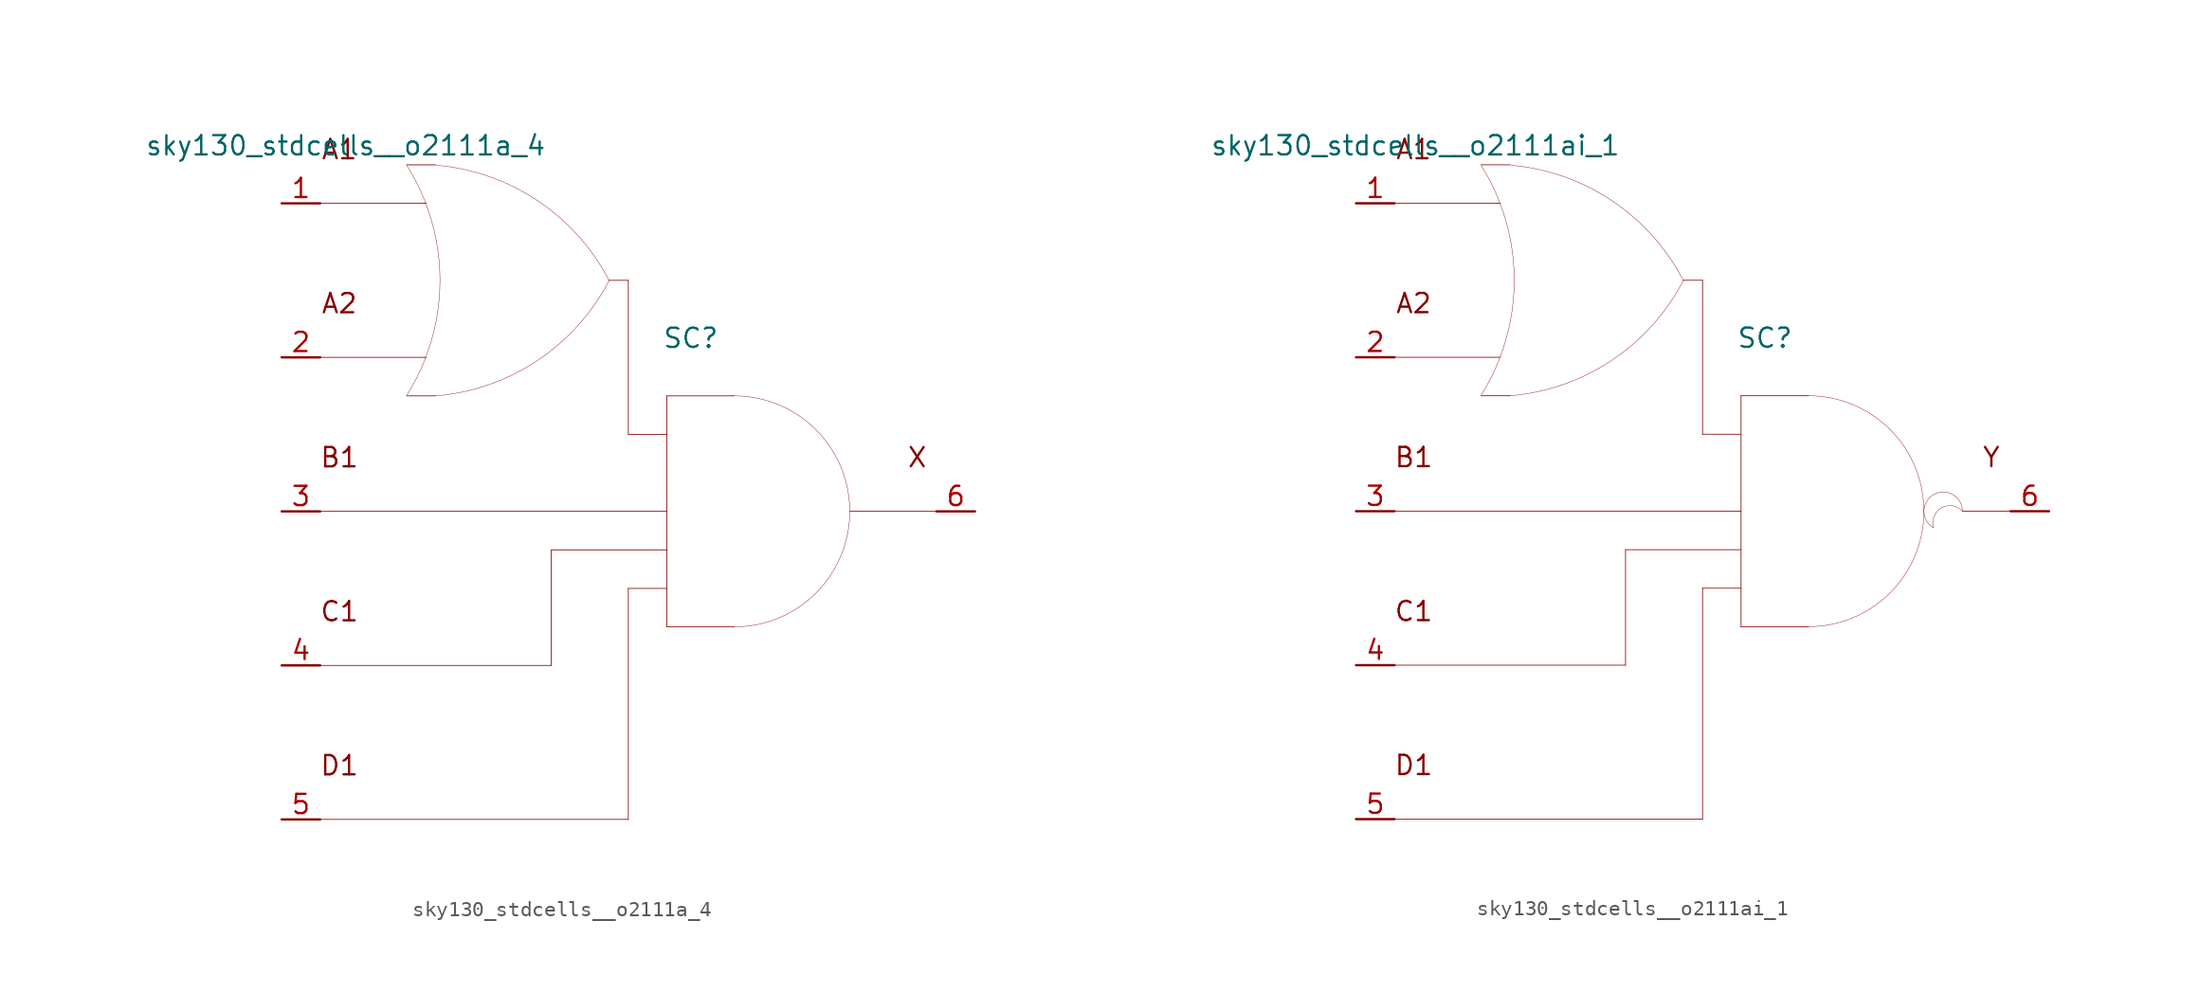
<source format=kicad_sym>
(kicad_symbol_lib
  (version 20211014)
  (generator kicad_symbol_editor)
  (symbol "sky130_stdcells__o2111a_4"
    (pin_names hide)
    (property "Reference" "SC"
      (at 4.115 11.43 0)
      (effects (font (size 1.27 1.27))))
    (property "Value" "sky130_stdcells__o2111a_4"
      (at -5.385 24.13 0)
      (effects (font (size 1.27 1.27)) (justify right)))
    (symbol "sky130_stdcells__o2111a_4_0_0"
      (arc (start -14.6255 7.6258) (mid -13.968 8.782) (end -13.4212 9.9944) (stroke (width 0.0254) (type default) (color 0 0 0 0)) (fill (type none)))
      (arc (start -13.4212 9.9944) (mid -12.9863 11.2645) (end -12.673 12.5699) (stroke (width 0.0254) (type default) (color 0 0 0 0)) (fill (type none)))
      (arc (start -13.403 20.4393) (mid -13.9512 21.6648) (end -14.6123 22.8332) (stroke (width 0.0254) (type default) (color 0 0 0 0)) (fill (type none)))
      (arc (start -12.705 7.6169) (mid -6.011 9.9414) (end -1.2741 15.2116) (stroke (width 0.0254) (type default) (color 0 0 0 0)) (fill (type none)))
      (arc (start -12.673 12.5699) (mid -12.4838 13.899) (end -12.4206 15.24) (stroke (width 0.0254) (type default) (color 0 0 0 0)) (fill (type none)))
      (arc (start -12.6684 17.8856) (mid -12.9761 19.1796) (end -13.403 20.4393) (stroke (width 0.0254) (type default) (color 0 0 0 0)) (fill (type none)))
      (arc (start -12.4206 15.24) (mid -12.4827 16.5686) (end -12.6684 17.8856) (stroke (width 0.0254) (type default) (color 0 0 0 0)) (fill (type none)))
      (arc (start -1.2513 15.199) (mid -5.9698 20.4856) (end -12.6556 22.8335) (stroke (width 0.0254) (type default) (color 0 0 0 0)) (fill (type none)))
      (polyline (pts (xy -20.32 -20.32) (xy 0 -20.32)) (stroke (width 0.051) (type default) (color 0 0 0 0)) (fill (type none)))
      (polyline (pts (xy -20.32 -10.16) (xy -5.08 -10.16)) (stroke (width 0.051) (type default) (color 0 0 0 0)) (fill (type none)))
      (polyline (pts (xy -20.32 0) (xy 2.54 0)) (stroke (width 0.051) (type default) (color 0 0 0 0)) (fill (type none)))
      (polyline (pts (xy -20.32 10.16) (xy -13.335 10.16)) (stroke (width 0.051) (type default) (color 0 0 0 0)) (fill (type none)))
      (polyline (pts (xy -20.32 20.32) (xy -13.335 20.32)) (stroke (width 0.051) (type default) (color 0 0 0 0)) (fill (type none)))
      (polyline (pts (xy -14.605 7.62) (xy -12.7 7.62)) (stroke (width 0.051) (type default) (color 0 0 0 0)) (fill (type none)))
      (polyline (pts (xy -14.605 22.86) (xy -12.7 22.86)) (stroke (width 0.051) (type default) (color 0 0 0 0)) (fill (type none)))
      (polyline (pts (xy -5.08 -2.54) (xy -5.08 -10.16)) (stroke (width 0.051) (type default) (color 0 0 0 0)) (fill (type none)))
      (polyline (pts (xy -5.08 -2.54) (xy 2.54 -2.54)) (stroke (width 0.051) (type default) (color 0 0 0 0)) (fill (type none)))
      (polyline (pts (xy -1.27 15.24) (xy 0 15.24)) (stroke (width 0.051) (type default) (color 0 0 0 0)) (fill (type none)))
      (polyline (pts (xy 0 -5.08) (xy 0 -20.32)) (stroke (width 0.051) (type default) (color 0 0 0 0)) (fill (type none)))
      (polyline (pts (xy 0 -5.08) (xy 2.54 -5.08)) (stroke (width 0.051) (type default) (color 0 0 0 0)) (fill (type none)))
      (polyline (pts (xy 0 5.08) (xy 2.54 5.08)) (stroke (width 0.051) (type default) (color 0 0 0 0)) (fill (type none)))
      (polyline (pts (xy 0 15.24) (xy 0 5.08)) (stroke (width 0.051) (type default) (color 0 0 0 0)) (fill (type none)))
      (polyline (pts (xy 2.54 -7.62) (xy 6.985 -7.62)) (stroke (width 0.051) (type default) (color 0 0 0 0)) (fill (type none)))
      (polyline (pts (xy 2.54 7.62) (xy 2.54 -7.62)) (stroke (width 0.051) (type default) (color 0 0 0 0)) (fill (type none)))
      (polyline (pts (xy 2.54 7.62) (xy 6.985 7.62)) (stroke (width 0.051) (type default) (color 0 0 0 0)) (fill (type none)))
      (polyline (pts (xy 14.605 0) (xy 20.32 0)) (stroke (width 0.051) (type default) (color 0 0 0 0)) (fill (type none)))
      (arc (start 6.985 -7.62) (mid 8.9572 -7.3604) (end 10.795 -6.5991) (stroke (width 0.0254) (type default) (color 0 0 0 0)) (fill (type none)))
      (arc (start 10.795 -6.5991) (mid 12.3731 -5.3881) (end 13.5841 -3.81) (stroke (width 0.0254) (type default) (color 0 0 0 0)) (fill (type none)))
      (arc (start 10.795 6.5991) (mid 8.9572 7.3603) (end 6.985 7.62) (stroke (width 0.0254) (type default) (color 0 0 0 0)) (fill (type none)))
      (arc (start 13.5841 -3.81) (mid 14.3453 -1.9722) (end 14.605 0) (stroke (width 0.0254) (type default) (color 0 0 0 0)) (fill (type none)))
      (arc (start 13.5841 3.81) (mid 12.3731 5.3881) (end 10.795 6.5991) (stroke (width 0.0254) (type default) (color 0 0 0 0)) (fill (type none)))
      (arc (start 14.605 0) (mid 14.3454 1.9722) (end 13.5841 3.81) (stroke (width 0.0254) (type default) (color 0 0 0 0)) (fill (type none)))
      (text "A1" (at -19.05 23.876 0) (effects (font (size 1.27 1.27))))
      (text "A2" (at -19.05 13.716 0) (effects (font (size 1.27 1.27))))
      (text "B1" (at -19.05 3.556 0) (effects (font (size 1.27 1.27))))
      (text "C1" (at -19.05 -6.604 0) (effects (font (size 1.27 1.27))))
      (text "D1" (at -19.05 -16.764 0) (effects (font (size 1.27 1.27))))
      (text "X" (at 19.05 3.556 0) (effects (font (size 1.27 1.27)))))
    (symbol "sky130_stdcells__o2111a_4_1_1"
      (pin input line (at -22.86 20.32 0) (length 2.54) (name "A1" (effects (font (size 1.092 1.092)))) (number "1" (effects (font (size 1.27 1.27)))))
      (pin input line (at -22.86 10.16 0) (length 2.54) (name "A2" (effects (font (size 1.092 1.092)))) (number "2" (effects (font (size 1.27 1.27)))))
      (pin input line (at -22.86 0 0) (length 2.54) (name "B1" (effects (font (size 1.092 1.092)))) (number "3" (effects (font (size 1.27 1.27)))))
      (pin input line (at -22.86 -10.16 0) (length 2.54) (name "C1" (effects (font (size 1.092 1.092)))) (number "4" (effects (font (size 1.27 1.27)))))
      (pin input line (at -22.86 -20.32 0) (length 2.54) (name "D1" (effects (font (size 1.092 1.092)))) (number "5" (effects (font (size 1.27 1.27)))))
      (pin output line (at 22.86 0 180) (length 2.54) (name "X" (effects (font (size 1.092 1.092)))) (number "6" (effects (font (size 1.27 1.27)))))))
  (symbol "sky130_stdcells__o2111ai_1"
    (pin_names hide)
    (property "Reference" "SC"
      (at 4.115 11.43 0)
      (effects (font (size 1.27 1.27))))
    (property "Value" "sky130_stdcells__o2111ai_1"
      (at -5.385 24.13 0)
      (effects (font (size 1.27 1.27)) (justify right)))
    (symbol "sky130_stdcells__o2111ai_1_0_0"
      (arc (start -14.6255 7.6258) (mid -13.968 8.782) (end -13.4212 9.9944) (stroke (width 0.0254) (type default) (color 0 0 0 0)) (fill (type none)))
      (arc (start -13.4212 9.9944) (mid -12.9863 11.2645) (end -12.673 12.5699) (stroke (width 0.0254) (type default) (color 0 0 0 0)) (fill (type none)))
      (arc (start -13.403 20.4393) (mid -13.9512 21.6648) (end -14.6123 22.8332) (stroke (width 0.0254) (type default) (color 0 0 0 0)) (fill (type none)))
      (arc (start -12.705 7.6169) (mid -6.011 9.9414) (end -1.2741 15.2116) (stroke (width 0.0254) (type default) (color 0 0 0 0)) (fill (type none)))
      (arc (start -12.673 12.5699) (mid -12.4838 13.899) (end -12.4206 15.24) (stroke (width 0.0254) (type default) (color 0 0 0 0)) (fill (type none)))
      (arc (start -12.6684 17.8856) (mid -12.9761 19.1796) (end -13.403 20.4393) (stroke (width 0.0254) (type default) (color 0 0 0 0)) (fill (type none)))
      (arc (start -12.4206 15.24) (mid -12.4827 16.5686) (end -12.6684 17.8856) (stroke (width 0.0254) (type default) (color 0 0 0 0)) (fill (type none)))
      (arc (start -1.2513 15.199) (mid -5.9698 20.4856) (end -12.6556 22.8335) (stroke (width 0.0254) (type default) (color 0 0 0 0)) (fill (type none)))
      (polyline (pts (xy -20.32 -20.32) (xy 0 -20.32)) (stroke (width 0.051) (type default) (color 0 0 0 0)) (fill (type none)))
      (polyline (pts (xy -20.32 -10.16) (xy -5.08 -10.16)) (stroke (width 0.051) (type default) (color 0 0 0 0)) (fill (type none)))
      (polyline (pts (xy -20.32 0) (xy 2.54 0)) (stroke (width 0.051) (type default) (color 0 0 0 0)) (fill (type none)))
      (polyline (pts (xy -20.32 10.16) (xy -13.335 10.16)) (stroke (width 0.051) (type default) (color 0 0 0 0)) (fill (type none)))
      (polyline (pts (xy -20.32 20.32) (xy -13.335 20.32)) (stroke (width 0.051) (type default) (color 0 0 0 0)) (fill (type none)))
      (polyline (pts (xy -14.605 7.62) (xy -12.7 7.62)) (stroke (width 0.051) (type default) (color 0 0 0 0)) (fill (type none)))
      (polyline (pts (xy -14.605 22.86) (xy -12.7 22.86)) (stroke (width 0.051) (type default) (color 0 0 0 0)) (fill (type none)))
      (polyline (pts (xy -5.08 -2.54) (xy -5.08 -10.16)) (stroke (width 0.051) (type default) (color 0 0 0 0)) (fill (type none)))
      (polyline (pts (xy -5.08 -2.54) (xy 2.54 -2.54)) (stroke (width 0.051) (type default) (color 0 0 0 0)) (fill (type none)))
      (polyline (pts (xy -1.27 15.24) (xy 0 15.24)) (stroke (width 0.051) (type default) (color 0 0 0 0)) (fill (type none)))
      (polyline (pts (xy 0 -5.08) (xy 0 -20.32)) (stroke (width 0.051) (type default) (color 0 0 0 0)) (fill (type none)))
      (polyline (pts (xy 0 -5.08) (xy 2.54 -5.08)) (stroke (width 0.051) (type default) (color 0 0 0 0)) (fill (type none)))
      (polyline (pts (xy 0 5.08) (xy 2.54 5.08)) (stroke (width 0.051) (type default) (color 0 0 0 0)) (fill (type none)))
      (polyline (pts (xy 0 15.24) (xy 0 5.08)) (stroke (width 0.051) (type default) (color 0 0 0 0)) (fill (type none)))
      (polyline (pts (xy 2.54 -7.62) (xy 6.985 -7.62)) (stroke (width 0.051) (type default) (color 0 0 0 0)) (fill (type none)))
      (polyline (pts (xy 2.54 7.62) (xy 2.54 -7.62)) (stroke (width 0.051) (type default) (color 0 0 0 0)) (fill (type none)))
      (polyline (pts (xy 2.54 7.62) (xy 6.985 7.62)) (stroke (width 0.051) (type default) (color 0 0 0 0)) (fill (type none)))
      (polyline (pts (xy 17.145 0) (xy 20.32 0)) (stroke (width 0.051) (type default) (color 0 0 0 0)) (fill (type none)))
      (arc (start 6.985 -7.62) (mid 8.9572 -7.3604) (end 10.795 -6.5991) (stroke (width 0.0254) (type default) (color 0 0 0 0)) (fill (type none)))
      (arc (start 10.795 -6.5991) (mid 12.3731 -5.3881) (end 13.5841 -3.81) (stroke (width 0.0254) (type default) (color 0 0 0 0)) (fill (type none)))
      (arc (start 10.795 6.5991) (mid 8.9572 7.3603) (end 6.985 7.62) (stroke (width 0.0254) (type default) (color 0 0 0 0)) (fill (type none)))
      (arc (start 13.5841 -3.81) (mid 14.3453 -1.9722) (end 14.605 0) (stroke (width 0.0254) (type default) (color 0 0 0 0)) (fill (type none)))
      (arc (start 13.5841 3.81) (mid 12.3731 5.3881) (end 10.795 6.5991) (stroke (width 0.0254) (type default) (color 0 0 0 0)) (fill (type none)))
      (arc (start 14.605 0) (mid 14.3454 1.9722) (end 13.5841 3.81) (stroke (width 0.0254) (type default) (color 0 0 0 0)) (fill (type none)))
      (arc (start 15.24 1.0999) (mid 14.605 0) (end 15.24 -1.0999) (stroke (width 0.0254) (type default) (color 0 0 0 0)) (fill (type none)))
      (arc (start 17.145 0) (mid 15.2881 0.4743) (end 15.24 -1.0999) (stroke (width 0.0254) (type default) (color 0 0 0 0)) (fill (type none)))
      (arc (start 17.145 0) (mid 16.51 1.0998) (end 15.24 1.0999) (stroke (width 0.0254) (type default) (color 0 0 0 0)) (fill (type none)))
      (text "A1" (at -19.05 23.876 0) (effects (font (size 1.27 1.27))))
      (text "A2" (at -19.05 13.716 0) (effects (font (size 1.27 1.27))))
      (text "B1" (at -19.05 3.556 0) (effects (font (size 1.27 1.27))))
      (text "C1" (at -19.05 -6.604 0) (effects (font (size 1.27 1.27))))
      (text "D1" (at -19.05 -16.764 0) (effects (font (size 1.27 1.27))))
      (text "Y" (at 19.05 3.556 0) (effects (font (size 1.27 1.27)))))
    (symbol "sky130_stdcells__o2111ai_1_1_1"
      (pin input line (at -22.86 20.32 0) (length 2.54) (name "A1" (effects (font (size 1.092 1.092)))) (number "1" (effects (font (size 1.27 1.27)))))
      (pin input line (at -22.86 10.16 0) (length 2.54) (name "A2" (effects (font (size 1.092 1.092)))) (number "2" (effects (font (size 1.27 1.27)))))
      (pin input line (at -22.86 0 0) (length 2.54) (name "B1" (effects (font (size 1.092 1.092)))) (number "3" (effects (font (size 1.27 1.27)))))
      (pin input line (at -22.86 -10.16 0) (length 2.54) (name "C1" (effects (font (size 1.092 1.092)))) (number "4" (effects (font (size 1.27 1.27)))))
      (pin input line (at -22.86 -20.32 0) (length 2.54) (name "D1" (effects (font (size 1.092 1.092)))) (number "5" (effects (font (size 1.27 1.27)))))
      (pin output line (at 22.86 0 180) (length 2.54) (name "Y" (effects (font (size 1.092 1.092)))) (number "6" (effects (font (size 1.27 1.27))))))))
</source>
